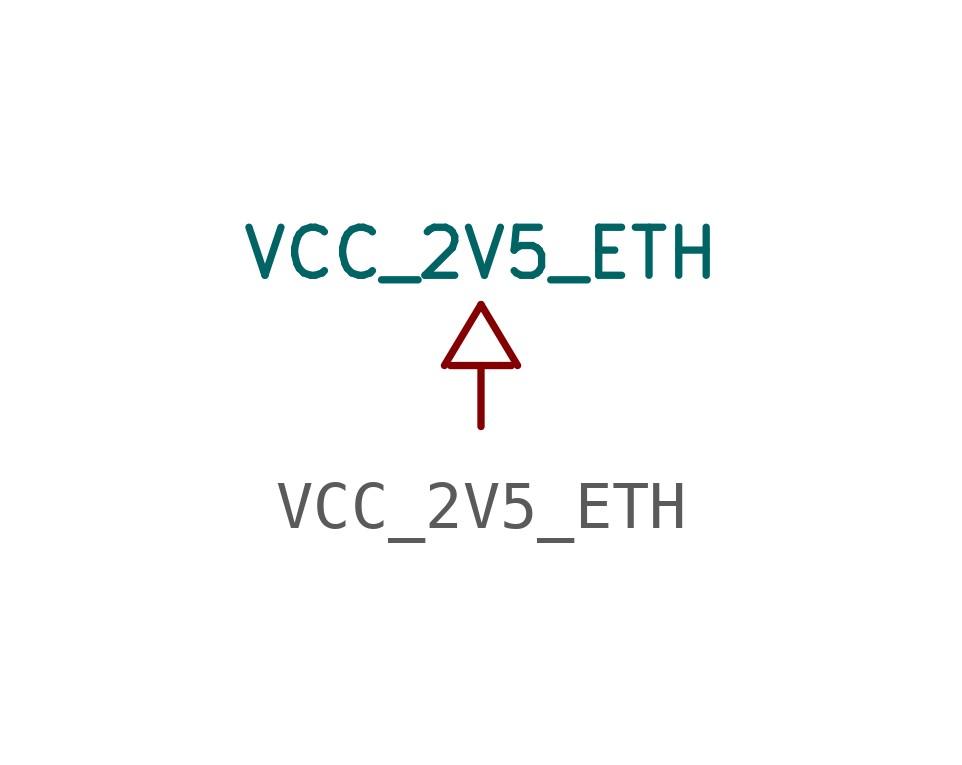
<source format=kicad_sym>
(kicad_symbol_lib
  (version 20241209)
  (generator "kicad_symbol_editor")
  (generator_version "9.0")
  (symbol "VCC_2V5_ETH"
    (power)
    (pin_names
      (offset 0))
    (property "Reference" "#PWR?"
      (at 0 -3.81 0)
      (effects (font (size 1.27 1.27)) (hide yes)))
    (property "Value" "VCC_2V5_ETH"
      (at 0 3.605 0)
      (effects (font (size 1 1))))
    (symbol "VCC_2V5_ETH_0_1"
      (polyline (pts (xy -0.762 1.27) (xy 0 2.54)) (stroke (width 0) (type default)) (fill (type none)))
      (polyline (pts (xy -0.635 1.27) (xy 0.635 1.27)) (stroke (width 0) (type default)) (fill (type none)))
      (polyline (pts (xy 0 2.54) (xy 0.762 1.27)) (stroke (width 0) (type default)) (fill (type none)))
      (polyline (pts (xy 0 0) (xy 0 1.27)) (stroke (width 0) (type default)) (fill (type none))))
    (symbol "VCC_2V5_ETH_1_1"
      (pin power_in line (at 0 0 90) (length 0) (hide yes) (name "VCC_2V5_ETH" (effects (font (size 1.27 1.27)))) (number "1" (effects (font (size 1.27 1.27))))))))
</source>
